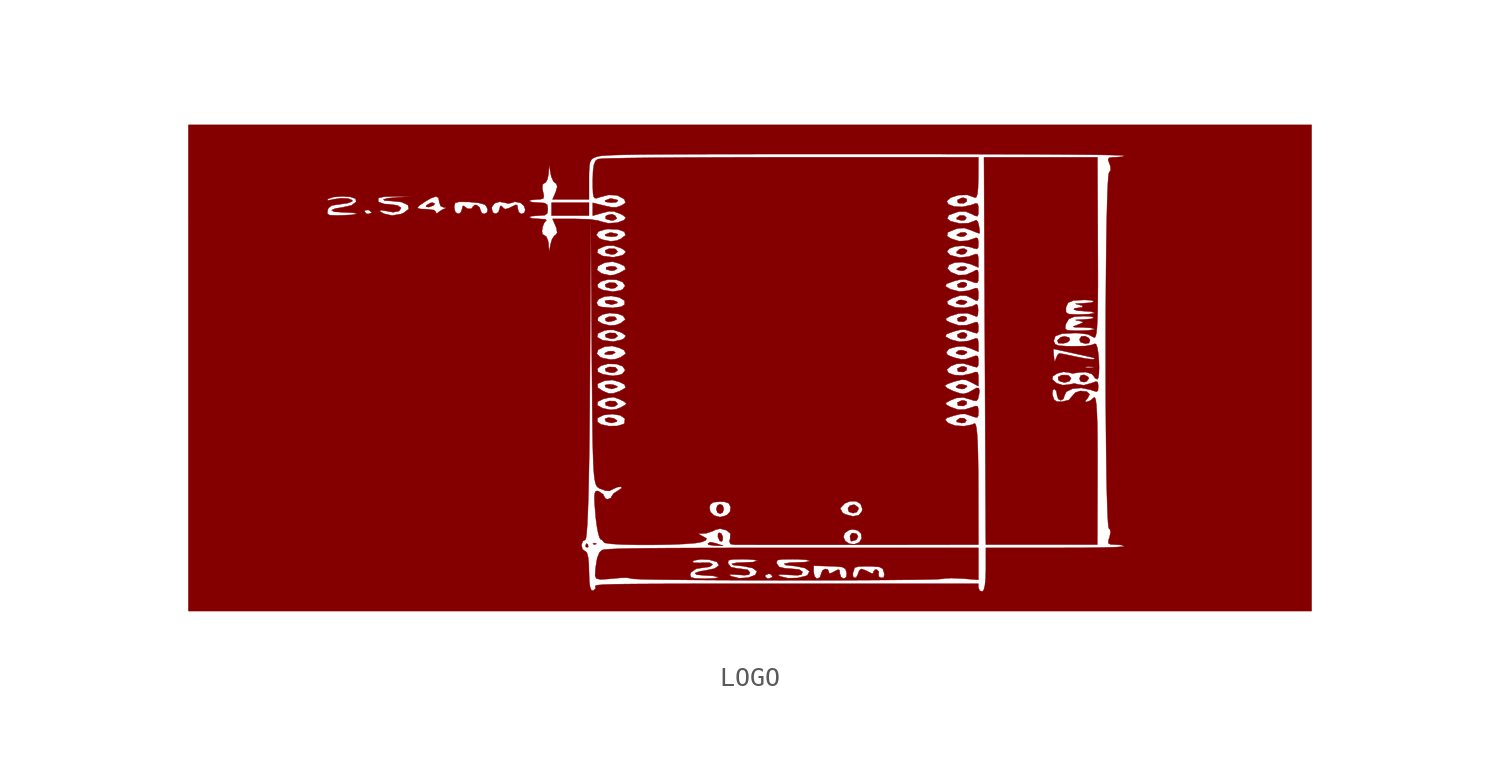
<source format=kicad_sym>
(kicad_symbol_lib
  (version 20220914)
  (generator "bitmap2component")
  (generator_version "9.0")
  (symbol "LOGO"
    (pin_names
      (offset 1.016))
    (property "Reference" "#G"
      (at 0 12.15 0)
      (effects (font (size 1.27 1.27)) hide))
    (symbol "LOGO_0_0"
      (polyline (pts (xy 29.535 0) (xy 29.535 12.785) (xy -0.000100 12.785) (xy -29.535 12.785) (xy -29.535 8.114) (xy -22.23 8.114) (xy -22.213 8.289) (xy -22.172 8.408) (xy -21.992 8.547) (xy -21.577 8.608) (xy -21.155 8.668) (xy -20.921 8.758) (xy -20.913 8.82) (xy -21.115 8.907) (xy -21.491 8.929) (xy -21.903 8.871) (xy -21.994 8.848) (xy -22.212 8.81) (xy -22.207 8.879) (xy -22.192 8.894) (xy -21.907 8.988) (xy -21.452 9.023) (xy -21.004 8.994) (xy -20.74 8.901) (xy -20.709 8.738) (xy -20.714 8.734) (xy -19.551 8.734) (xy -19.546 8.928) (xy -19.531 8.942) (xy -19.229 9.006) (xy -18.64 9.021) (xy -17.819 9.006) (xy -18.558 8.973) (xy -19.039 8.928) (xy -19.278 8.863) (xy -19.226 8.805) (xy -18.843 8.779) (xy -18.33 8.726) (xy -17.992 8.571) (xy -17.953 8.408) (xy -17.49 8.408) (xy -17.409 8.528) (xy -17.081 8.752) (xy -16.785 8.925) (xy -16.523 9.018) (xy -16.384 8.955) (xy -16.343 8.737) (xy -16.343 8.724) (xy -16.273 8.516) (xy -16.097 8.437) (xy -15.973 8.428) (xy -15.977 8.425) (xy -15.555 8.425) (xy -15.554 8.518) (xy -15.505 8.681) (xy -15.304 8.736) (xy -14.841 8.732) (xy -14.757 8.729) (xy -14.253 8.678) (xy -13.958 8.596) (xy -13.87 8.514) (xy -13.816 8.386) (xy -13.586 8.386) (xy -13.578 8.461) (xy -13.435 8.659) (xy -13.168 8.741) (xy -12.845 8.68) (xy -12.722 8.643) (xy -12.508 8.691) (xy -12.368 8.743) (xy -12.092 8.688) (xy -12.047 8.668) (xy -11.885 8.52) (xy -11.818 8.331) (xy -11.857 8.167) (xy -12.011 8.097) (xy -12.026 8.098) (xy -12.157 8.186) (xy -12.214 8.374) (xy -12.231 8.539) (xy -12.305 8.585) (xy -12.482 8.502) (xy -12.662 8.412) (xy -12.855 8.353) (xy -12.928 8.376) (xy -13.057 8.502) (xy -13.071 8.522) (xy -13.133 8.518) (xy -13.169 8.374) (xy -13.229 8.192) (xy -13.373 8.104) (xy -13.519 8.169) (xy -13.586 8.386) (xy -13.816 8.386) (xy -13.793 8.33) (xy -13.831 8.167) (xy -13.98 8.097) (xy -14.108 8.148) (xy -14.177 8.305) (xy -14.221 8.449) (xy -14.374 8.566) (xy -14.475 8.574) (xy -14.571 8.486) (xy -14.656 8.371) (xy -14.853 8.374) (xy -15.026 8.502) (xy -15.04 8.522) (xy -15.102 8.518) (xy -15.139 8.374) (xy -15.14 8.361) (xy -15.221 8.156) (xy -15.362 8.104) (xy -15.496 8.197) (xy -15.555 8.425) (xy -15.977 8.425) (xy -16.067 8.373) (xy -16.166 8.336) (xy -16.396 8.183) (xy -16.397 8.181) (xy -16.489 8.111) (xy -16.524 8.204) (xy -16.623 8.305) (xy -17.032 8.353) (xy -17.321 8.36) (xy -17.49 8.408) (xy -17.953 8.408) (xy -17.942 8.362) (xy -18.227 8.146) (xy -18.371 8.091) (xy -18.827 8.018) (xy -19.257 8.114) (xy -19.476 8.244) (xy -19.42 8.302) (xy -19.104 8.249) (xy -18.769 8.189) (xy -18.487 8.243) (xy -18.442 8.265) (xy -18.346 8.419) (xy -18.547 8.552) (xy -18.974 8.609) (xy -19.234 8.624) (xy -19.551 8.734) (xy -20.714 8.734) (xy -20.959 8.552) (xy -21.466 8.438) (xy -21.787 8.391) (xy -22.008 8.298) (xy -21.891 8.23) (xy -20.281 8.23) (xy -20.252 8.291) (xy -20.084 8.31) (xy -20.03 8.293) (xy -19.887 8.178) (xy -19.892 8.159) (xy -20.084 8.097) (xy -20.178 8.114) (xy -20.281 8.23) (xy -21.891 8.23) (xy -21.869 8.217) (xy -21.38 8.183) (xy -21.276 8.182) (xy -20.848 8.158) (xy -20.674 8.111) (xy -20.697 8.094) (xy -20.976 8.05) (xy -21.474 8.027) (xy -21.744 8.023) (xy -22.109 8.037) (xy -22.23 8.114) (xy -29.535 8.114) (xy -29.535 7.927) (xy -11.617 7.927) (xy -11.495 7.983) (xy -11.125 8.012) (xy -11.082 8.012) (xy -10.786 8.036) (xy -10.659 8.133) (xy -10.633 8.353) (xy -10.633 8.383) (xy -10.667 8.588) (xy -10.808 8.675) (xy -11.125 8.694) (xy -11.449 8.715) (xy -11.617 8.779) (xy -11.53 8.831) (xy -11.196 8.864) (xy -11.032 8.868) (xy -10.873 8.912) (xy -10.837 9.039) (xy -10.891 9.291) (xy -10.921 9.435) (xy -10.912 9.64) (xy -10.82 9.717) (xy -10.735 9.766) (xy -10.645 9.944) (xy -10.596 10.207) (xy -10.56 10.697) (xy -10.486 10.23) (xy -10.441 10.041) (xy -10.342 9.82) (xy -10.226 9.713) (xy -10.186 9.694) (xy -10.137 9.537) (xy -10.212 9.264) (xy -10.385 8.864) (xy -9.426 8.864) (xy -8.467 8.864) (xy -8.467 9.925) (xy -8.465 10.259) (xy -8.45 10.6) (xy -8.411 10.825) (xy -8.335 10.965) (xy -8.212 11.052) (xy -8.03 11.118) (xy -7.971 11.133) (xy -7.811 11.157) (xy -7.559 11.177) (xy -7.188 11.195) (xy -6.67 11.209) (xy -5.979 11.221) (xy -5.085 11.23) (xy -3.962 11.237) (xy -2.583 11.243) (xy -0.92 11.246) (xy 1.055 11.248) (xy 3.368 11.25) (xy 6.048 11.25) (xy 7.658 11.249) (xy 10.423 11.247) (xy 12.842 11.242) (xy 14.906 11.235) (xy 16.611 11.225) (xy 17.948 11.213) (xy 18.911 11.199) (xy 19.494 11.183) (xy 19.69 11.165) (xy 19.581 11.111) (xy 19.224 11.081) (xy 19.081 11.079) (xy 18.876 11.049) (xy 18.833 10.944) (xy 18.914 10.718) (xy 18.942 10.642) (xy 18.97 10.408) (xy 18.887 10.275) (xy 18.872 10.243) (xy 18.847 10.06) (xy 18.823 9.729) (xy 18.802 9.261) (xy 18.782 8.671) (xy 18.765 7.971) (xy 18.75 7.176) (xy 18.737 6.297) (xy 18.726 5.35) (xy 18.718 4.346) (xy 18.712 3.3) (xy 18.707 2.225) (xy 18.705 1.133) (xy 18.706 0.039) (xy 18.708 -1.044) (xy 18.712 -2.104) (xy 18.719 -3.126) (xy 18.728 -4.098) (xy 18.74 -5.006) (xy 18.753 -5.836) (xy 18.769 -6.576) (xy 18.787 -7.213) (xy 18.807 -7.732) (xy 18.829 -8.12) (xy 18.854 -8.365) (xy 18.881 -8.452) (xy 18.931 -8.484) (xy 18.963 -8.644) (xy 18.912 -8.886) (xy 18.856 -9.053) (xy 18.843 -9.214) (xy 18.956 -9.279) (xy 19.229 -9.291) (xy 19.522 -9.31) (xy 19.69 -9.376) (xy 19.635 -9.394) (xy 19.245 -9.422) (xy 18.5 -9.443) (xy 17.425 -9.457) (xy 16.047 -9.461) (xy 12.405 -9.461) (xy 12.405 -10.612) (xy 12.392 -11.071) (xy 12.353 -11.444) (xy 12.291 -11.68) (xy 12.208 -11.762) (xy 12.08 -11.712) (xy 12.011 -11.555) (xy 12.011 -11.348) (xy 1.892 -11.347) (xy -0.132 -11.347) (xy -2.063 -11.348) (xy -3.659 -11.35) (xy -4.952 -11.354) (xy -5.973 -11.36) (xy -6.753 -11.368) (xy -7.324 -11.38) (xy -7.717 -11.395) (xy -7.963 -11.415) (xy -8.093 -11.439) (xy -8.139 -11.468) (xy -8.133 -11.502) (xy -8.116 -11.596) (xy -8.253 -11.715) (xy -8.347 -11.682) (xy -8.415 -11.509) (xy -8.454 -11.186) (xy -8.467 -10.702) (xy -8.477 -10.315) (xy -8.515 -9.948) (xy -8.579 -9.714) (xy -8.664 -9.632) (xy -8.69 -9.629) (xy -8.811 -9.53) (xy -8.861 -9.333) (xy -8.859 -9.294) (xy -8.794 -9.11) (xy -8.664 -9.035) (xy -8.661 -9.035) (xy -8.624 -8.939) (xy -8.59 -8.674) (xy -8.558 -8.242) (xy -8.53 -7.643) (xy -8.504 -6.878) (xy -8.481 -5.949) (xy -8.461 -4.858) (xy -8.444 -3.604) (xy -8.43 -2.191) (xy -8.419 -0.618) (xy -8.371 7.799) (xy -8.365 7.003) (xy -8.083 7.003) (xy -7.957 7.184) (xy -7.578 7.295) (xy -7.467 7.306) (xy -6.935 7.285) (xy -6.606 7.163) (xy -6.543 6.981) (xy -6.807 6.782) (xy -7.036 6.694) (xy -7.326 6.661) (xy -7.728 6.74) (xy -7.938 6.82) (xy -8.083 7.003) (xy -8.365 7.003) (xy -8.358 6.056) (xy -8.038 6.056) (xy -7.999 6.245) (xy -7.655 6.398) (xy -7.503 6.429) (xy -7.179 6.434) (xy -6.821 6.315) (xy -6.721 6.269) (xy -6.525 6.124) (xy -6.62 5.987) (xy -6.744 5.916) (xy -7.186 5.82) (xy -7.728 5.887) (xy -7.763 5.896) (xy -8.038 6.056) (xy -8.358 6.056) (xy -8.351 5.154) (xy -8.049 5.154) (xy -7.991 5.359) (xy -7.66 5.526) (xy -7.539 5.556) (xy -7.212 5.587) (xy -6.873 5.49) (xy -6.598 5.354) (xy -6.539 5.182) (xy -6.858 5) (xy -7.156 4.892) (xy -7.388 4.875) (xy -7.728 4.95) (xy -7.826 4.981) (xy -8.049 5.154) (xy -8.351 5.154) (xy -8.345 4.39) (xy -8.03 4.39) (xy -7.836 4.55) (xy -7.475 4.648) (xy -7.012 4.637) (xy -6.693 4.516) (xy -6.563 4.317) (xy -6.702 4.13) (xy -6.828 4.074) (xy -7.215 4.015) (xy -7.728 4.098) (xy -7.992 4.218) (xy -8.03 4.39) (xy -8.345 4.39) (xy -8.338 3.434) (xy -8.072 3.434) (xy -7.953 3.62) (xy -7.655 3.756) (xy -7.286 3.787) (xy -6.87 3.708) (xy -6.599 3.542) (xy -6.589 3.334) (xy -6.767 3.222) (xy -7.221 3.158) (xy -7.827 3.21) (xy -7.99 3.271) (xy -8.072 3.434) (xy -8.338 3.434) (xy -8.332 2.482) (xy -8.013 2.482) (xy -7.991 2.66) (xy -7.754 2.812) (xy -7.379 2.89) (xy -6.941 2.846) (xy -6.679 2.746) (xy -6.549 2.553) (xy -6.797 2.354) (xy -7.055 2.257) (xy -7.362 2.229) (xy -7.761 2.328) (xy -8.013 2.482) (xy -8.332 2.482) (xy -8.325 1.624) (xy -8.038 1.624) (xy -7.999 1.813) (xy -7.655 1.966) (xy -7.503 1.997) (xy -7.179 2.002) (xy -6.821 1.883) (xy -6.721 1.837) (xy -6.525 1.692) (xy -6.62 1.554) (xy -6.744 1.484) (xy -7.186 1.388) (xy -7.728 1.455) (xy -7.763 1.464) (xy -8.038 1.624) (xy -8.325 1.624) (xy -8.319 0.801) (xy -8.319 0.752) (xy -8.059 0.752) (xy -7.987 0.958) (xy -7.663 1.112) (xy -7.623 1.121) (xy -7.245 1.157) (xy -6.875 1.059) (xy -6.625 0.938) (xy -6.526 0.752) (xy -6.807 0.56) (xy -7.036 0.472) (xy -7.326 0.439) (xy -7.728 0.518) (xy -7.871 0.568) (xy -8.059 0.752) (xy -8.319 0.752) (xy -8.313 -0.01) (xy -8.313 -0.042) (xy -8.03 -0.042) (xy -7.836 0.117) (xy -7.475 0.216) (xy -7.012 0.205) (xy -6.693 0.084) (xy -6.563 -0.115) (xy -6.702 -0.302) (xy -6.828 -0.358) (xy -7.215 -0.418) (xy -7.728 -0.334) (xy -7.992 -0.214) (xy -8.03 -0.042) (xy -8.313 -0.042) (xy -8.307 -0.833) (xy -8.016 -0.833) (xy -7.663 -0.678) (xy -7.623 -0.669) (xy -7.245 -0.633) (xy -6.875 -0.731) (xy -6.598 -0.868) (xy -6.54 -1.04) (xy -6.858 -1.223) (xy -7.195 -1.339) (xy -7.437 -1.336) (xy -7.747 -1.208) (xy -8.007 -1.034) (xy -8.016 -0.833) (xy -8.307 -0.833) (xy -8.304 -1.162) (xy -8.297 -1.963) (xy -8.031 -1.963) (xy -8.012 -1.774) (xy -7.692 -1.622) (xy -7.446 -1.57) (xy -7.214 -1.534) (xy -7.157 -1.541) (xy -6.894 -1.631) (xy -6.623 -1.766) (xy -6.498 -1.875) (xy -6.559 -1.945) (xy -6.807 -2.082) (xy -7.036 -2.171) (xy -7.326 -2.204) (xy -7.728 -2.124) (xy -7.745 -2.12) (xy -8.031 -1.963) (xy -8.297 -1.963) (xy -8.295 -2.162) (xy -8.288 -2.832) (xy -8.029 -2.832) (xy -8.018 -2.631) (xy -7.693 -2.475) (xy -7.251 -2.425) (xy -6.819 -2.492) (xy -6.575 -2.666) (xy -6.605 -2.91) (xy -6.646 -2.949) (xy -6.97 -3.05) (xy -7.424 -3.058) (xy -7.837 -2.966) (xy -8.029 -2.832) (xy -8.288 -2.832) (xy -8.286 -3.021) (xy -8.275 -3.75) (xy -8.261 -4.36) (xy -8.246 -4.862) (xy -8.226 -5.267) (xy -8.203 -5.586) (xy -8.174 -5.831) (xy -8.139 -6.013) (xy -8.099 -6.142) (xy -8.051 -6.23) (xy -7.995 -6.288) (xy -7.931 -6.326) (xy -7.857 -6.357) (xy -7.584 -6.456) (xy -7.389 -6.465) (xy -7.171 -6.355) (xy -6.962 -6.263) (xy -6.763 -6.249) (xy -6.757 -6.325) (xy -6.958 -6.463) (xy -7.16 -6.59) (xy -7.285 -6.762) (xy -7.313 -6.834) (xy -7.482 -6.904) (xy -7.592 -6.877) (xy -7.679 -6.744) (xy -7.717 -6.651) (xy -7.96 -6.483) (xy -8.049 -6.463) (xy -8.126 -6.497) (xy -8.169 -6.614) (xy -8.182 -6.838) (xy -8.167 -7.188) (xy -8.157 -7.314) (xy -2.13 -7.314) (xy -2.084 -7.178) (xy -1.924 -7.06) (xy -1.575 -7.032) (xy -1.336 -7.041) (xy -1.113 -7.118) (xy -1.02 -7.314) (xy -1.019 -7.321) (xy -1.026 -7.378) (xy 4.743 -7.378) (xy 4.992 -7.12) (xy 5.263 -7.011) (xy 5.582 -7.01) (xy 5.816 -7.147) (xy 5.907 -7.404) (xy 5.884 -7.549) (xy 5.714 -7.746) (xy 5.414 -7.802) (xy 5.027 -7.704) (xy 4.868 -7.617) (xy 4.743 -7.378) (xy -1.026 -7.378) (xy -1.046 -7.553) (xy -1.192 -7.719) (xy -1.338 -7.784) (xy -1.575 -7.842) (xy -1.591 -7.841) (xy -1.89 -7.759) (xy -2.089 -7.565) (xy -2.13 -7.314) (xy -8.157 -7.314) (xy -8.128 -7.687) (xy -8.104 -7.936) (xy -8.047 -8.358) (xy -7.981 -8.699) (xy -7.912 -8.93) (xy -7.847 -9.021) (xy -7.779 -9.043) (xy -7.679 -9.17) (xy -7.641 -9.199) (xy -7.313 -9.25) (xy -6.72 -9.285) (xy -5.951 -9.302) (xy -5.092 -9.303) (xy -4.233 -9.288) (xy -3.46 -9.257) (xy -2.861 -9.21) (xy -2.524 -9.149) (xy -2.326 -9.064) (xy -2.278 -8.971) (xy -2.509 -8.838) (xy -2.596 -8.795) (xy -2.72 -8.707) (xy -2.564 -8.709) (xy -2.29 -8.692) (xy -1.946 -8.575) (xy -1.804 -8.504) (xy -1.565 -8.451) (xy -1.282 -8.523) (xy -1.218 -8.548) (xy -1.032 -8.709) (xy -1.041 -8.899) (xy 4.917 -8.899) (xy 4.97 -8.691) (xy 5.192 -8.533) (xy 5.389 -8.491) (xy 5.666 -8.541) (xy 5.843 -8.71) (xy 5.871 -8.965) (xy 5.753 -9.169) (xy 5.489 -9.273) (xy 5.228 -9.244) (xy 5.011 -9.103) (xy 4.917 -8.899) (xy -1.041 -8.899) (xy -1.044 -8.967) (xy -1.08 -9.129) (xy -1.026 -9.259) (xy -0.818 -9.295) (xy -0.816 -9.295) (xy -0.511 -9.297) (xy 0.124 -9.298) (xy 1.025 -9.299) (xy 2.13 -9.299) (xy 3.376 -9.299) (xy 4.7 -9.299) (xy 6.039 -9.299) (xy 7.33 -9.299) (xy 8.511 -9.298) (xy 9.518 -9.296) (xy 10.288 -9.295) (xy 12.011 -9.291) (xy 12.005 -6.03) (xy 12.001 -5.317) (xy 11.989 -4.527) (xy 11.969 -3.899) (xy 11.94 -3.429) (xy 11.902 -3.112) (xy 11.855 -2.944) (xy 11.798 -2.919) (xy 11.693 -2.977) (xy 11.27 -3.06) (xy 10.793 -3.035) (xy 10.443 -2.904) (xy 10.405 -2.873) (xy 10.265 -2.724) (xy 10.358 -2.624) (xy 10.736 -2.505) (xy 11.05 -2.425) (xy 11.316 -2.417) (xy 11.622 -2.516) (xy 11.772 -2.573) (xy 11.938 -2.607) (xy 12.001 -2.526) (xy 12.011 -2.301) (xy 12.009 -2.179) (xy 11.979 -2.025) (xy 11.874 -1.999) (xy 11.651 -2.075) (xy 11.3 -2.186) (xy 10.936 -2.191) (xy 10.534 -2.046) (xy 10.331 -1.94) (xy 10.295 -1.839) (xy 10.534 -1.705) (xy 10.852 -1.579) (xy 11.214 -1.55) (xy 11.63 -1.667) (xy 11.745 -1.71) (xy 11.902 -1.733) (xy 11.985 -1.643) (xy 12.041 -1.411) (xy 12.067 -1.213) (xy 12.034 -1.056) (xy 11.905 -1.052) (xy 11.663 -1.193) (xy 11.467 -1.299) (xy 11.222 -1.364) (xy 11.049 -1.337) (xy 10.698 -1.219) (xy 10.379 -1.065) (xy 10.239 -0.94) (xy 10.239 -0.938) (xy 10.394 -0.836) (xy 10.756 -0.709) (xy 11.124 -0.618) (xy 11.363 -0.629) (xy 11.642 -0.759) (xy 12.011 -0.957) (xy 12.011 -0.55) (xy 12.007 -0.366) (xy 11.971 -0.228) (xy 11.859 -0.213) (xy 11.631 -0.293) (xy 11.617 -0.298) (xy 11.161 -0.395) (xy 10.737 -0.37) (xy 10.435 -0.258) (xy 10.346 -0.091) (xy 10.56 0.098) (xy 10.856 0.213) (xy 11.219 0.239) (xy 11.651 0.115) (xy 11.771 0.069) (xy 11.934 0.036) (xy 11.999 0.118) (xy 12.011 0.341) (xy 12.009 0.482) (xy 11.976 0.626) (xy 11.864 0.641) (xy 11.622 0.556) (xy 11.354 0.465) (xy 11.101 0.456) (xy 10.72 0.549) (xy 10.391 0.68) (xy 10.322 0.823) (xy 10.375 0.887) (xy 10.436 0.984) (xy 10.518 1.023) (xy 10.825 1.107) (xy 10.905 1.124) (xy 11.248 1.14) (xy 11.613 1.025) (xy 12.011 0.852) (xy 12.011 1.242) (xy 12.009 1.357) (xy 11.98 1.525) (xy 11.889 1.563) (xy 11.701 1.498) (xy 11.488 1.421) (xy 11.02 1.375) (xy 10.548 1.498) (xy 10.282 1.651) (xy 10.333 1.782) (xy 10.736 1.927) (xy 11.05 2.007) (xy 11.316 2.015) (xy 11.622 1.916) (xy 11.765 1.861) (xy 11.935 1.824) (xy 12.001 1.902) (xy 12.011 2.124) (xy 12.01 2.203) (xy 11.984 2.377) (xy 11.894 2.417) (xy 11.701 2.35) (xy 11.409 2.252) (xy 10.985 2.237) (xy 10.534 2.387) (xy 10.331 2.492) (xy 10.295 2.594) (xy 10.534 2.728) (xy 10.973 2.866) (xy 11.439 2.88) (xy 11.798 2.749) (xy 11.809 2.741) (xy 11.924 2.697) (xy 11.982 2.786) (xy 11.999 3.026) (xy 11.999 3.049) (xy 11.979 3.278) (xy 11.917 3.356) (xy 11.798 3.303) (xy 11.691 3.244) (xy 11.267 3.161) (xy 10.79 3.188) (xy 10.438 3.322) (xy 10.398 3.357) (xy 10.362 3.506) (xy 10.628 3.663) (xy 10.646 3.671) (xy 11.057 3.81) (xy 11.374 3.802) (xy 11.704 3.646) (xy 11.842 3.565) (xy 11.957 3.534) (xy 12.003 3.626) (xy 12.011 3.865) (xy 12.008 4.003) (xy 11.978 4.167) (xy 11.886 4.204) (xy 11.701 4.14) (xy 11.488 4.064) (xy 11.02 4.017) (xy 10.548 4.14) (xy 10.282 4.293) (xy 10.333 4.424) (xy 10.736 4.569) (xy 11.05 4.649) (xy 11.316 4.657) (xy 11.622 4.558) (xy 11.812 4.488) (xy 11.95 4.475) (xy 12.002 4.577) (xy 12.011 4.822) (xy 12.008 5.011) (xy 11.977 5.145) (xy 11.886 5.15) (xy 11.704 5.048) (xy 11.353 4.896) (xy 10.954 4.882) (xy 10.56 5.039) (xy 10.385 5.229) (xy 10.466 5.416) (xy 10.756 5.54) (xy 11.168 5.565) (xy 11.613 5.457) (xy 12.011 5.285) (xy 12.011 5.674) (xy 12.009 5.789) (xy 11.98 5.957) (xy 11.889 5.995) (xy 11.701 5.93) (xy 11.495 5.856) (xy 11.026 5.806) (xy 10.556 5.926) (xy 10.52 5.943) (xy 10.357 6.115) (xy 10.479 6.278) (xy 10.795 6.394) (xy 11.21 6.428) (xy 11.633 6.344) (xy 11.765 6.293) (xy 11.934 6.257) (xy 12 6.335) (xy 12.011 6.556) (xy 12.01 6.635) (xy 11.984 6.809) (xy 11.894 6.849) (xy 11.701 6.782) (xy 11.437 6.691) (xy 11.005 6.665) (xy 10.56 6.806) (xy 10.362 6.943) (xy 10.402 7.134) (xy 10.832 7.311) (xy 10.975 7.346) (xy 11.277 7.359) (xy 11.616 7.245) (xy 11.902 7.128) (xy 12.061 7.074) (xy 12.074 7.096) (xy 12.072 7.239) (xy 12.039 7.473) (xy 11.983 7.687) (xy 11.901 7.777) (xy 11.782 7.728) (xy 11.486 7.614) (xy 11.02 7.601) (xy 10.556 7.716) (xy 10.369 7.853) (xy 10.453 8.036) (xy 10.889 8.196) (xy 11.032 8.226) (xy 11.338 8.228) (xy 11.653 8.099) (xy 11.832 8.007) (xy 11.958 7.979) (xy 12.004 8.073) (xy 12.011 8.314) (xy 12.007 8.499) (xy 11.971 8.636) (xy 11.859 8.651) (xy 11.631 8.572) (xy 11.617 8.566) (xy 11.161 8.47) (xy 10.737 8.494) (xy 10.435 8.606) (xy 10.346 8.773) (xy 10.56 8.962) (xy 10.972 9.09) (xy 11.437 9.101) (xy 11.798 8.971) (xy 11.829 8.954) (xy 11.907 8.985) (xy 11.961 9.155) (xy 11.993 9.473) (xy 12.005 9.951) (xy 12.011 11.081) (xy 10.485 11.082) (xy 9.926 11.083) (xy 6.484 11.085) (xy 3.426 11.085) (xy 0.748 11.082) (xy -1.56 11.077) (xy -3.503 11.068) (xy -5.09 11.057) (xy -6.326 11.043) (xy -7.22 11.026) (xy -7.779 11.006) (xy -8.008 10.983) (xy -8.127 10.888) (xy -8.21 10.683) (xy -8.256 10.348) (xy -8.27 9.864) (xy -8.268 9.507) (xy -8.256 9.196) (xy -8.225 9.012) (xy -8.163 8.931) (xy -8.061 8.928) (xy -7.91 8.979) (xy -7.445 9.101) (xy -6.995 9.082) (xy -6.655 8.904) (xy -6.597 8.845) (xy -6.543 8.682) (xy -6.765 8.542) (xy -7.022 8.45) (xy -7.273 8.45) (xy -7.686 8.541) (xy -8.27 8.686) (xy -8.27 8.347) (xy -8.27 8.008) (xy -7.765 8.151) (xy -7.422 8.237) (xy -7.159 8.232) (xy -6.832 8.11) (xy -6.719 8.058) (xy -6.526 7.913) (xy -6.619 7.777) (xy -6.982 7.639) (xy -7.459 7.61) (xy -7.868 7.71) (xy -7.966 7.748) (xy -8.442 7.819) (xy -9.253 7.842) (xy -10.385 7.842) (xy -10.212 7.442) (xy -10.176 7.347) (xy -10.139 7.107) (xy -10.225 6.993) (xy -10.293 6.95) (xy -10.408 6.773) (xy -10.486 6.519) (xy -10.562 6.094) (xy -10.597 6.542) (xy -10.627 6.715) (xy -10.718 6.912) (xy -10.839 6.989) (xy -10.911 7.033) (xy -10.941 7.192) (xy -10.91 7.41) (xy -10.827 7.625) (xy -10.703 7.776) (xy -10.773 7.82) (xy -11.113 7.842) (xy -11.448 7.863) (xy -11.617 7.927) (xy -29.535 7.927) (xy -29.535 0) (xy -29.535 -12.785) (xy -0.000100 -12.785) (xy 29.535 -12.785) (xy 29.535 0)) (stroke (width 0.01) (type default)) (fill (type outline)))
      (polyline (pts (xy 3.105 -11.166) (xy 4.627 -11.164) (xy 6.061 -11.158) (xy 7.357 -11.149) (xy 8.465 -11.138) (xy 9.334 -11.124) (xy 9.912 -11.107) (xy 10.15 -11.087) (xy 10.205 -11.072) (xy 10.592 -11.05) (xy 11.174 -11.075) (xy 12.011 -11.143) (xy 12.011 -10.302) (xy 12.011 -9.461) (xy 2.25 -9.461) (xy 0.815 -9.461) (xy -1.246 -9.463) (xy -2.96 -9.467) (xy -4.359 -9.473) (xy -5.471 -9.482) (xy -6.326 -9.493) (xy -6.955 -9.508) (xy -7.386 -9.527) (xy -7.65 -9.549) (xy -7.776 -9.576) (xy -7.916 -9.704) (xy -8.036 -9.996) (xy -8.107 -10.425) (xy -8.13 -10.654) (xy -8.144 -10.884) (xy -3.151 -10.884) (xy -3.112 -10.754) (xy -2.825 -10.557) (xy -2.324 -10.484) (xy -2.13 -10.461) (xy -1.969 -10.346) (xy -1.972 -10.323) (xy -2.116 -10.243) (xy -2.539 -10.245) (xy -2.62 -10.25) (xy -2.971 -10.245) (xy -3.01 -10.169) (xy -2.93 -10.119) (xy -2.576 -10.063) (xy -2.129 -10.088) (xy -1.758 -10.193) (xy -1.725 -10.212) (xy -1.712 -10.236) (xy -1.159 -10.236) (xy -1.131 -10.115) (xy -0.914 -10.067) (xy -0.407 -10.058) (xy -0.219 -10.06) (xy 0.219 -10.09) (xy 0.394 -10.143) (xy 0.388 -10.154) (xy 0.186 -10.201) (xy 1.396 -10.201) (xy 1.451 -10.103) (xy 1.704 -10.064) (xy 2.251 -10.058) (xy 2.528 -10.062) (xy 2.974 -10.092) (xy 3.15 -10.143) (xy 3.144 -10.154) (xy 2.917 -10.207) (xy 2.461 -10.228) (xy 2.055 -10.244) (xy 1.798 -10.299) (xy 1.869 -10.365) (xy 2.294 -10.414) (xy 2.406 -10.422) (xy 2.896 -10.524) (xy 3.127 -10.694) (xy 3.103 -10.741) (xy 3.347 -10.741) (xy 3.347 -10.401) (xy 4.184 -10.425) (xy 4.467 -10.434) (xy 4.853 -10.471) (xy 5.019 -10.566) (xy 5.082 -10.765) (xy 5.084 -10.777) (xy 5.411 -10.777) (xy 5.45 -10.677) (xy 5.498 -10.51) (xy 5.5 -10.503) (xy 5.721 -10.439) (xy 6.252 -10.428) (xy 6.383 -10.432) (xy 6.801 -10.465) (xy 6.982 -10.56) (xy 7.052 -10.773) (xy 7.065 -10.864) (xy 7.033 -11.023) (xy 6.887 -11.037) (xy 6.778 -10.976) (xy 6.757 -10.815) (xy 6.781 -10.717) (xy 6.676 -10.607) (xy 6.574 -10.607) (xy 6.491 -10.713) (xy 6.485 -10.781) (xy 6.424 -10.82) (xy 6.223 -10.718) (xy 6.043 -10.629) (xy 5.848 -10.569) (xy 5.84 -10.57) (xy 5.746 -10.658) (xy 5.673 -10.846) (xy 5.664 -10.881) (xy 5.581 -11.023) (xy 5.476 -11.033) (xy 5.414 -10.959) (xy 5.411 -10.777) (xy 5.084 -10.777) (xy 5.089 -10.81) (xy 5.059 -11.005) (xy 4.934 -11.081) (xy 4.921 -11.08) (xy 4.783 -10.995) (xy 4.726 -10.809) (xy 4.712 -10.633) (xy 4.634 -10.602) (xy 4.436 -10.702) (xy 4.304 -10.775) (xy 4.172 -10.814) (xy 4.141 -10.718) (xy 4.095 -10.602) (xy 3.956 -10.569) (xy 3.809 -10.651) (xy 3.741 -10.825) (xy 3.741 -10.828) (xy 3.682 -11.007) (xy 3.544 -11.081) (xy 3.501 -11.072) (xy 3.391 -10.954) (xy 3.347 -10.741) (xy 3.103 -10.741) (xy 3.031 -10.889) (xy 2.942 -10.938) (xy 2.504 -11.044) (xy 1.993 -11.055) (xy 1.591 -10.961) (xy 1.481 -10.884) (xy 1.607 -10.859) (xy 2.051 -10.883) (xy 2.485 -10.904) (xy 2.707 -10.87) (xy 2.756 -10.756) (xy 2.747 -10.703) (xy 2.577 -10.599) (xy 2.117 -10.553) (xy 1.834 -10.535) (xy 1.528 -10.461) (xy 1.414 -10.292) (xy 1.396 -10.201) (xy 0.186 -10.201) (xy 0.16 -10.207) (xy -0.295 -10.228) (xy -0.701 -10.244) (xy -0.959 -10.299) (xy -0.888 -10.365) (xy -0.463 -10.414) (xy -0.35 -10.422) (xy 0.14 -10.524) (xy 0.37 -10.694) (xy 0.274 -10.889) (xy 0.106 -10.953) (xy 0.787 -10.953) (xy 0.81 -10.894) (xy 0.984 -10.825) (xy 1.075 -10.839) (xy 1.181 -10.953) (xy 1.159 -11.011) (xy 0.984 -11.081) (xy 0.894 -11.066) (xy 0.787 -10.953) (xy 0.106 -10.953) (xy -0.091 -11.028) (xy -0.567 -11.057) (xy -0.977 -10.957) (xy -1.096 -10.883) (xy -1.014 -10.852) (xy -0.615 -10.878) (xy -0.296 -10.9) (xy -0.055 -10.873) (xy -0.000100 -10.756) (xy -0.122 -10.614) (xy -0.541 -10.553) (xy -0.632 -10.548) (xy -1.004 -10.475) (xy -1.145 -10.292) (xy -1.159 -10.236) (xy -1.712 -10.236) (xy -1.632 -10.388) (xy -1.864 -10.549) (xy -2.367 -10.655) (xy -2.649 -10.696) (xy -2.896 -10.789) (xy -2.811 -10.873) (xy -2.391 -10.91) (xy -1.939 -10.935) (xy -1.674 -10.995) (xy -1.662 -11.014) (xy -1.852 -11.062) (xy -2.351 -11.081) (xy -2.382 -11.081) (xy -2.881 -11.067) (xy -3.101 -11.011) (xy -3.151 -10.884) (xy -8.144 -10.884) (xy -8.146 -10.925) (xy -8.082 -11.072) (xy -7.877 -11.12) (xy -7.471 -11.099) (xy -6.805 -11.038) (xy -6.466 -11.03) (xy -6.203 -11.08) (xy -6.139 -11.091) (xy -5.741 -11.11) (xy -5.025 -11.126) (xy -4.042 -11.139) (xy -2.843 -11.15) (xy -1.478 -11.158) (xy 0.002 -11.164) (xy 1.546 -11.167) (xy 3.105 -11.166)) (stroke (width 0.01) (type default)) (fill (type outline)))
      (polyline (pts (xy -8.506 -9.408) (xy -8.529 -9.275) (xy -8.6 -9.235) (xy -8.648 -9.326) (xy -8.634 -9.413) (xy -8.545 -9.438) (xy -8.506 -9.408)) (stroke (width 0.01) (type default)) (fill (type outline)))
      (polyline (pts (xy -1.415 -9.343) (xy -1.509 -9.315) (xy -1.798 -9.222) (xy -2.075 -9.159) (xy -2.216 -9.225) (xy -2.181 -9.3) (xy -1.833 -9.346) (xy -1.532 -9.35) (xy -1.415 -9.343)) (stroke (width 0.01) (type default)) (fill (type outline)))
      (polyline (pts (xy -8.073 -9.248) (xy -8.171 -9.205) (xy -8.27 -9.248) (xy -8.171 -9.291) (xy -8.073 -9.248)) (stroke (width 0.01) (type default)) (fill (type outline)))
      (polyline (pts (xy 18.277 -5.306) (xy 18.278 -4.469) (xy 18.273 -3.605) (xy 18.262 -2.9) (xy 18.243 -2.349) (xy 18.216 -1.945) (xy 18.182 -1.682) (xy 18.139 -1.554) (xy 18.088 -1.556) (xy 17.893 -1.719) (xy 17.698 -1.79) (xy 17.624 -1.75) (xy 17.729 -1.613) (xy 17.757 -1.589) (xy 17.86 -1.386) (xy 17.72 -1.244) (xy 17.378 -1.209) (xy 17.12 -1.29) (xy 16.933 -1.493) (xy 16.773 -1.683) (xy 16.412 -1.773) (xy 16.142 -1.767) (xy 15.995 -1.675) (xy 15.916 -1.454) (xy 15.902 -1.371) (xy 15.915 -1.183) (xy 15.993 -1.108) (xy 16.013 -1.111) (xy 16.107 -1.209) (xy 16.146 -1.406) (xy 16.147 -1.446) (xy 16.212 -1.63) (xy 16.343 -1.705) (xy 16.346 -1.705) (xy 16.483 -1.627) (xy 16.54 -1.447) (xy 16.635 -1.25) (xy 16.966 -1.09) (xy 17.43 -1.049) (xy 17.917 -1.15) (xy 18.024 -1.192) (xy 18.224 -1.248) (xy 18.3 -1.186) (xy 18.312 -0.98) (xy 18.311 -0.895) (xy 18.285 -0.739) (xy 18.175 -0.719) (xy 17.922 -0.808) (xy 17.91 -0.813) (xy 17.555 -0.908) (xy 17.267 -0.866) (xy 17.064 -0.817) (xy 16.779 -0.868) (xy 16.754 -0.878) (xy 16.44 -0.903) (xy 16.119 -0.799) (xy 15.893 -0.599) (xy 15.928 -0.433) (xy 16.162 -0.286) (xy 16.482 -0.206) (xy 16.776 -0.239) (xy 16.955 -0.29) (xy 17.263 -0.243) (xy 17.307 -0.23) (xy 17.654 -0.217) (xy 17.974 -0.314) (xy 18.115 -0.479) (xy 18.128 -0.528) (xy 18.262 -0.597) (xy 18.314 -0.52) (xy 18.348 -0.305) (xy 18.36 0.014) (xy 18.348 0.405) (xy 18.32 0.735) (xy 18.266 1.079) (xy 18.194 1.258) (xy 18.106 1.268) (xy 18.021 1.222) (xy 17.653 1.154) (xy 16.987 1.14) (xy 16.652 1.145) (xy 16.241 1.173) (xy 16.055 1.245) (xy 15.984 1.39) (xy 15.975 1.43) (xy 16.053 1.672) (xy 16.41 1.804) (xy 17.077 1.837) (xy 17.306 1.83) (xy 17.777 1.768) (xy 18.066 1.616) (xy 18.093 1.599) (xy 18.143 1.61) (xy 18.185 1.692) (xy 18.22 1.857) (xy 18.247 2.115) (xy 18.268 2.478) (xy 18.283 2.956) (xy 18.292 3.561) (xy 18.297 4.303) (xy 18.297 5.193) (xy 18.293 6.244) (xy 18.271 11.081) (xy 15.288 11.081) (xy 12.306 11.081) (xy 12.342 3.132) (xy 16.614 3.132) (xy 16.622 3.2) (xy 16.73 3.434) (xy 17.02 3.548) (xy 17.573 3.579) (xy 17.945 3.56) (xy 18.105 3.501) (xy 17.941 3.436) (xy 17.475 3.4) (xy 17.378 3.397) (xy 17.11 3.378) (xy 17.179 3.351) (xy 17.464 3.282) (xy 17.491 3.196) (xy 17.217 3.154) (xy 17.076 3.141) (xy 17.032 3.068) (xy 17.217 3.015) (xy 17.634 2.983) (xy 17.947 2.963) (xy 18.115 2.898) (xy 18.099 2.881) (xy 17.836 2.832) (xy 17.353 2.813) (xy 17.131 2.813) (xy 16.756 2.835) (xy 16.621 2.925) (xy 16.614 3.132) (xy 12.342 3.132) (xy 12.347 2.062) (xy 16.575 2.062) (xy 16.595 2.241) (xy 16.618 2.326) (xy 16.764 2.573) (xy 17.047 2.695) (xy 17.536 2.728) (xy 17.917 2.709) (xy 18.102 2.65) (xy 17.951 2.584) (xy 17.475 2.547) (xy 17.378 2.545) (xy 17.11 2.526) (xy 17.179 2.498) (xy 17.363 2.47) (xy 17.524 2.411) (xy 17.454 2.359) (xy 17.179 2.249) (xy 16.997 2.179) (xy 17.065 2.143) (xy 17.475 2.134) (xy 17.523 2.133) (xy 17.942 2.104) (xy 18.115 2.046) (xy 18.094 2.026) (xy 17.817 1.979) (xy 17.322 1.96) (xy 17.07 1.961) (xy 16.699 1.982) (xy 16.575 2.062) (xy 12.347 2.062) (xy 12.351 1.3) (xy 12.352 1.004) (xy 15.949 1.004) (xy 16.983 0.779) (xy 17.55 0.655) (xy 17.942 0.567) (xy 18.113 0.519) (xy 18.131 0.491) (xy 18.068 0.463) (xy 17.998 0.456) (xy 17.656 0.495) (xy 17.157 0.591) (xy 16.919 0.642) (xy 16.481 0.732) (xy 16.264 0.767) (xy 16.257 0.766) (xy 16.17 0.678) (xy 16.091 0.49) (xy 16.081 0.456) (xy 16.036 0.35) (xy 16.005 0.398) (xy 15.98 0.609) (xy 15.949 1.004) (xy 12.352 1.004) (xy 12.353 0.796) (xy 12.357 0.02) (xy 17.609 0.02) (xy 17.684 0.058) (xy 17.798 0.072) (xy 18.061 0.051) (xy 18.058 0.022) (xy 17.803 0.007) (xy 17.609 0.02) (xy 12.357 0.02) (xy 12.359 -0.474) (xy 12.364 -1.698) (xy 12.37 -2.863) (xy 12.375 -3.959) (xy 12.38 -4.975) (xy 12.384 -5.899) (xy 12.388 -6.72) (xy 12.392 -7.426) (xy 12.395 -8.008) (xy 12.397 -8.452) (xy 12.399 -8.748) (xy 12.4 -8.886) (xy 12.405 -9.291) (xy 15.334 -9.291) (xy 18.264 -9.291) (xy 18.277 -5.306)) (stroke (width 0.01) (type default)) (fill (type outline)))
      (polyline (pts (xy -1.433 -9.048) (xy -1.435 -8.873) (xy -1.436 -8.87) (xy -1.508 -8.709) (xy -1.622 -8.664) (xy -1.681 -8.713) (xy -1.688 -8.882) (xy -1.59 -9.099) (xy -1.485 -9.12) (xy -1.433 -9.048)) (stroke (width 0.01) (type default)) (fill (type outline)))
      (polyline (pts (xy 11.306 -2.876) (xy 11.383 -2.749) (xy 11.259 -2.641) (xy 11.035 -2.635) (xy 10.864 -2.766) (xy 10.876 -2.837) (xy 11.125 -2.898) (xy 11.306 -2.876)) (stroke (width 0.01) (type default)) (fill (type outline)))
      (polyline (pts (xy 11.395 -1.896) (xy 11.395 -1.768) (xy 11.235 -1.705) (xy 11.118 -1.715) (xy 10.903 -1.82) (xy 10.93 -1.962) (xy 10.984 -1.989) (xy 11.237 -1.999) (xy 11.395 -1.896)) (stroke (width 0.01) (type default)) (fill (type outline)))
      (polyline (pts (xy 11.262 -1.093) (xy 11.42 -0.98) (xy 11.386 -0.921) (xy 11.125 -0.852) (xy 10.987 -0.867) (xy 10.829 -0.98) (xy 10.864 -1.04) (xy 11.125 -1.108) (xy 11.262 -1.093)) (stroke (width 0.01) (type default)) (fill (type outline)))
      (polyline (pts (xy 16.555 -0.767) (xy 16.801 -0.693) (xy 16.887 -0.544) (xy 16.762 -0.403) (xy 16.681 -0.376) (xy 16.399 -0.374) (xy 16.203 -0.476) (xy 16.212 -0.633) (xy 16.296 -0.699) (xy 16.54 -0.767) (xy 16.555 -0.767)) (stroke (width 0.01) (type default)) (fill (type outline)))
      (polyline (pts (xy 17.703 -0.703) (xy 17.819 -0.554) (xy 17.782 -0.466) (xy 17.573 -0.362) (xy 17.402 -0.388) (xy 17.327 -0.554) (xy 17.382 -0.704) (xy 17.573 -0.746) (xy 17.703 -0.703)) (stroke (width 0.01) (type default)) (fill (type outline)))
      (polyline (pts (xy 11.395 -0.106) (xy 11.395 0.022) (xy 11.235 0.085) (xy 11.118 0.075) (xy 10.903 -0.03) (xy 10.93 -0.172) (xy 10.984 -0.199) (xy 11.237 -0.209) (xy 11.395 -0.106)) (stroke (width 0.01) (type default)) (fill (type outline)))
      (polyline (pts (xy 11.262 0.697) (xy 11.42 0.81) (xy 11.386 0.869) (xy 11.125 0.938) (xy 10.987 0.923) (xy 10.829 0.81) (xy 10.864 0.75) (xy 11.125 0.682) (xy 11.262 0.697)) (stroke (width 0.01) (type default)) (fill (type outline)))
      (polyline (pts (xy 16.683 1.343) (xy 16.824 1.472) (xy 16.781 1.602) (xy 16.54 1.662) (xy 16.337 1.617) (xy 16.179 1.463) (xy 16.172 1.438) (xy 16.21 1.307) (xy 16.474 1.293) (xy 16.683 1.343)) (stroke (width 0.01) (type default)) (fill (type outline)))
      (polyline (pts (xy 17.827 1.31) (xy 17.882 1.464) (xy 17.816 1.572) (xy 17.619 1.677) (xy 17.419 1.655) (xy 17.327 1.499) (xy 17.385 1.352) (xy 17.636 1.278) (xy 17.827 1.31)) (stroke (width 0.01) (type default)) (fill (type outline)))
      (polyline (pts (xy 11.316 1.56) (xy 11.42 1.705) (xy 11.385 1.804) (xy 11.235 1.875) (xy 11.119 1.865) (xy 10.904 1.76) (xy 10.928 1.619) (xy 11.085 1.548) (xy 11.316 1.56)) (stroke (width 0.01) (type default)) (fill (type outline)))
      (polyline (pts (xy 11.395 2.536) (xy 11.395 2.665) (xy 11.235 2.728) (xy 11.118 2.717) (xy 10.903 2.612) (xy 10.93 2.47) (xy 10.984 2.443) (xy 11.237 2.433) (xy 11.395 2.536)) (stroke (width 0.01) (type default)) (fill (type outline)))
      (polyline (pts (xy 11.262 3.339) (xy 11.42 3.452) (xy 11.386 3.512) (xy 11.125 3.58) (xy 10.987 3.565) (xy 10.829 3.452) (xy 10.864 3.392) (xy 11.125 3.324) (xy 11.262 3.339)) (stroke (width 0.01) (type default)) (fill (type outline)))
      (polyline (pts (xy 11.395 4.326) (xy 11.395 4.455) (xy 11.235 4.518) (xy 11.118 4.507) (xy 10.903 4.402) (xy 10.93 4.26) (xy 10.984 4.234) (xy 11.237 4.223) (xy 11.395 4.326)) (stroke (width 0.01) (type default)) (fill (type outline)))
      (polyline (pts (xy 11.262 5.132) (xy 11.42 5.249) (xy 11.306 5.342) (xy 11.07 5.328) (xy 10.874 5.215) (xy 10.879 5.164) (xy 11.108 5.114) (xy 11.262 5.132)) (stroke (width 0.01) (type default)) (fill (type outline)))
      (polyline (pts (xy 11.295 5.997) (xy 11.42 6.144) (xy 11.409 6.195) (xy 11.256 6.282) (xy 11.029 6.251) (xy 10.864 6.109) (xy 10.874 6.03) (xy 11.11 5.966) (xy 11.295 5.997)) (stroke (width 0.01) (type default)) (fill (type outline)))
      (polyline (pts (xy 11.262 6.922) (xy 11.42 7.039) (xy 11.306 7.132) (xy 11.07 7.118) (xy 10.874 7.005) (xy 10.879 6.954) (xy 11.108 6.904) (xy 11.262 6.922)) (stroke (width 0.01) (type default)) (fill (type outline)))
      (polyline (pts (xy -7.18 7.763) (xy -7.001 7.857) (xy -7.093 8.015) (xy -7.255 8.088) (xy -7.496 8.04) (xy -7.59 7.981) (xy -7.591 7.849) (xy -7.538 7.819) (xy -7.285 7.756) (xy -7.18 7.763)) (stroke (width 0.01) (type default)) (fill (type outline)))
      (polyline (pts (xy 11.306 7.779) (xy 11.383 7.906) (xy 11.259 8.014) (xy 11.035 8.02) (xy 10.864 7.889) (xy 10.876 7.818) (xy 11.125 7.756) (xy 11.306 7.779)) (stroke (width 0.01) (type default)) (fill (type outline)))
      (polyline (pts (xy -8.467 8.353) (xy -8.467 8.694) (xy -9.451 8.694) (xy -10.436 8.694) (xy -10.436 8.353) (xy -10.436 8.012) (xy -9.451 8.012) (xy -8.467 8.012) (xy -8.467 8.353)) (stroke (width 0.01) (type default)) (fill (type outline)))
      (polyline (pts (xy 11.395 8.758) (xy 11.395 8.887) (xy 11.235 8.95) (xy 11.118 8.939) (xy 10.903 8.834) (xy 10.93 8.693) (xy 10.984 8.666) (xy 11.237 8.655) (xy 11.395 8.758)) (stroke (width 0.01) (type default)) (fill (type outline)))
      (polyline (pts (xy -7.032 8.715) (xy -6.941 8.8) (xy -6.99 8.84) (xy -7.285 8.907) (xy -7.388 8.899) (xy -7.63 8.8) (xy -7.598 8.733) (xy -7.285 8.694) (xy -7.032 8.715)) (stroke (width 0.01) (type default)) (fill (type outline)))
      (polyline (pts (xy 5.532 -9.061) (xy 5.607 -9.016) (xy 5.682 -8.867) (xy 5.612 -8.729) (xy 5.42 -8.679) (xy 5.351 -8.696) (xy 5.256 -8.839) (xy 5.294 -9.095) (xy 5.334 -9.112) (xy 5.532 -9.061)) (stroke (width 0.01) (type default)) (fill (type outline)))
      (polyline (pts (xy -1.435 -7.595) (xy -1.378 -7.415) (xy -1.378 -7.412) (xy -1.437 -7.234) (xy -1.575 -7.16) (xy -1.578 -7.16) (xy -1.715 -7.236) (xy -1.772 -7.415) (xy -1.772 -7.419) (xy -1.714 -7.597) (xy -1.575 -7.671) (xy -1.573 -7.671) (xy -1.435 -7.595)) (stroke (width 0.01) (type default)) (fill (type outline)))
      (polyline (pts (xy 5.618 -7.576) (xy 5.71 -7.415) (xy 5.68 -7.323) (xy 5.512 -7.202) (xy 5.446 -7.191) (xy 5.25 -7.242) (xy 5.148 -7.382) (xy 5.195 -7.549) (xy 5.217 -7.57) (xy 5.417 -7.637) (xy 5.618 -7.576)) (stroke (width 0.01) (type default)) (fill (type outline)))
      (polyline (pts (xy -7.004 -2.822) (xy -6.989 -2.766) (xy -7.171 -2.648) (xy -7.441 -2.607) (xy -7.634 -2.675) (xy -7.581 -2.813) (xy -7.566 -2.823) (xy -7.279 -2.895) (xy -7.004 -2.822)) (stroke (width 0.01) (type default)) (fill (type outline)))
      (polyline (pts (xy -7.1 -2.019) (xy -6.956 -1.9) (xy -7.066 -1.765) (xy -7.12 -1.746) (xy -7.406 -1.736) (xy -7.614 -1.823) (xy -7.591 -1.953) (xy -7.538 -1.984) (xy -7.285 -2.046) (xy -7.1 -2.019)) (stroke (width 0.01) (type default)) (fill (type outline)))
      (polyline (pts (xy -6.989 -1.022) (xy -6.973 -0.968) (xy -7.183 -0.884) (xy -7.39 -0.861) (xy -7.633 -0.898) (xy -7.589 -1.017) (xy -7.566 -1.032) (xy -7.272 -1.105) (xy -6.989 -1.022)) (stroke (width 0.01) (type default)) (fill (type outline)))
      (polyline (pts (xy -7.1 -0.229) (xy -6.956 -0.11) (xy -7.066 0.025) (xy -7.12 0.044) (xy -7.406 0.054) (xy -7.614 -0.033) (xy -7.591 -0.163) (xy -7.538 -0.194) (xy -7.285 -0.256) (xy -7.1 -0.229)) (stroke (width 0.01) (type default)) (fill (type outline)))
      (polyline (pts (xy -7.231 0.722) (xy -7.078 0.81) (xy -7.191 0.885) (xy -7.44 0.877) (xy -7.636 0.78) (xy -7.638 0.716) (xy -7.396 0.695) (xy -7.231 0.722)) (stroke (width 0.01) (type default)) (fill (type outline)))
      (polyline (pts (xy -7.1 1.561) (xy -6.956 1.68) (xy -7.066 1.814) (xy -7.12 1.834) (xy -7.406 1.844) (xy -7.614 1.757) (xy -7.591 1.627) (xy -7.538 1.596) (xy -7.285 1.534) (xy -7.1 1.561)) (stroke (width 0.01) (type default)) (fill (type outline)))
      (polyline (pts (xy -7.161 2.481) (xy -7.008 2.56) (xy -7.08 2.673) (xy -7.139 2.693) (xy -7.413 2.696) (xy -7.61 2.604) (xy -7.585 2.475) (xy -7.443 2.424) (xy -7.161 2.481)) (stroke (width 0.01) (type default)) (fill (type outline)))
      (polyline (pts (xy -6.989 3.41) (xy -6.973 3.464) (xy -7.183 3.548) (xy -7.39 3.571) (xy -7.633 3.534) (xy -7.589 3.415) (xy -7.566 3.4) (xy -7.272 3.328) (xy -6.989 3.41)) (stroke (width 0.01) (type default)) (fill (type outline)))
      (polyline (pts (xy -7.1 4.204) (xy -6.956 4.322) (xy -7.066 4.457) (xy -7.12 4.476) (xy -7.406 4.486) (xy -7.614 4.399) (xy -7.591 4.269) (xy -7.538 4.239) (xy -7.285 4.176) (xy -7.1 4.204)) (stroke (width 0.01) (type default)) (fill (type outline)))
      (polyline (pts (xy -7.129 5.133) (xy -6.98 5.228) (xy -7.085 5.326) (xy -7.323 5.348) (xy -7.559 5.295) (xy -7.572 5.194) (xy -7.542 5.176) (xy -7.285 5.114) (xy -7.129 5.133)) (stroke (width 0.01) (type default)) (fill (type outline)))
      (polyline (pts (xy -7.1 5.993) (xy -6.956 6.112) (xy -7.066 6.247) (xy -7.12 6.266) (xy -7.406 6.276) (xy -7.614 6.189) (xy -7.591 6.059) (xy -7.538 6.029) (xy -7.285 5.966) (xy -7.1 5.993)) (stroke (width 0.01) (type default)) (fill (type outline)))
      (polyline (pts (xy -7.032 6.925) (xy -6.941 7.011) (xy -6.99 7.05) (xy -7.285 7.117) (xy -7.388 7.11) (xy -7.63 7.011) (xy -7.598 6.943) (xy -7.285 6.904) (xy -7.032 6.925)) (stroke (width 0.01) (type default)) (fill (type outline)))
      (polyline (pts (xy -16.88 8.46) (xy -16.65 8.542) (xy -16.57 8.644) (xy -16.699 8.694) (xy -16.81 8.676) (xy -17.011 8.559) (xy -17.045 8.484) (xy -16.897 8.458) (xy -16.88 8.46)) (stroke (width 0.01) (type default)) (fill (type outline))))))
</source>
